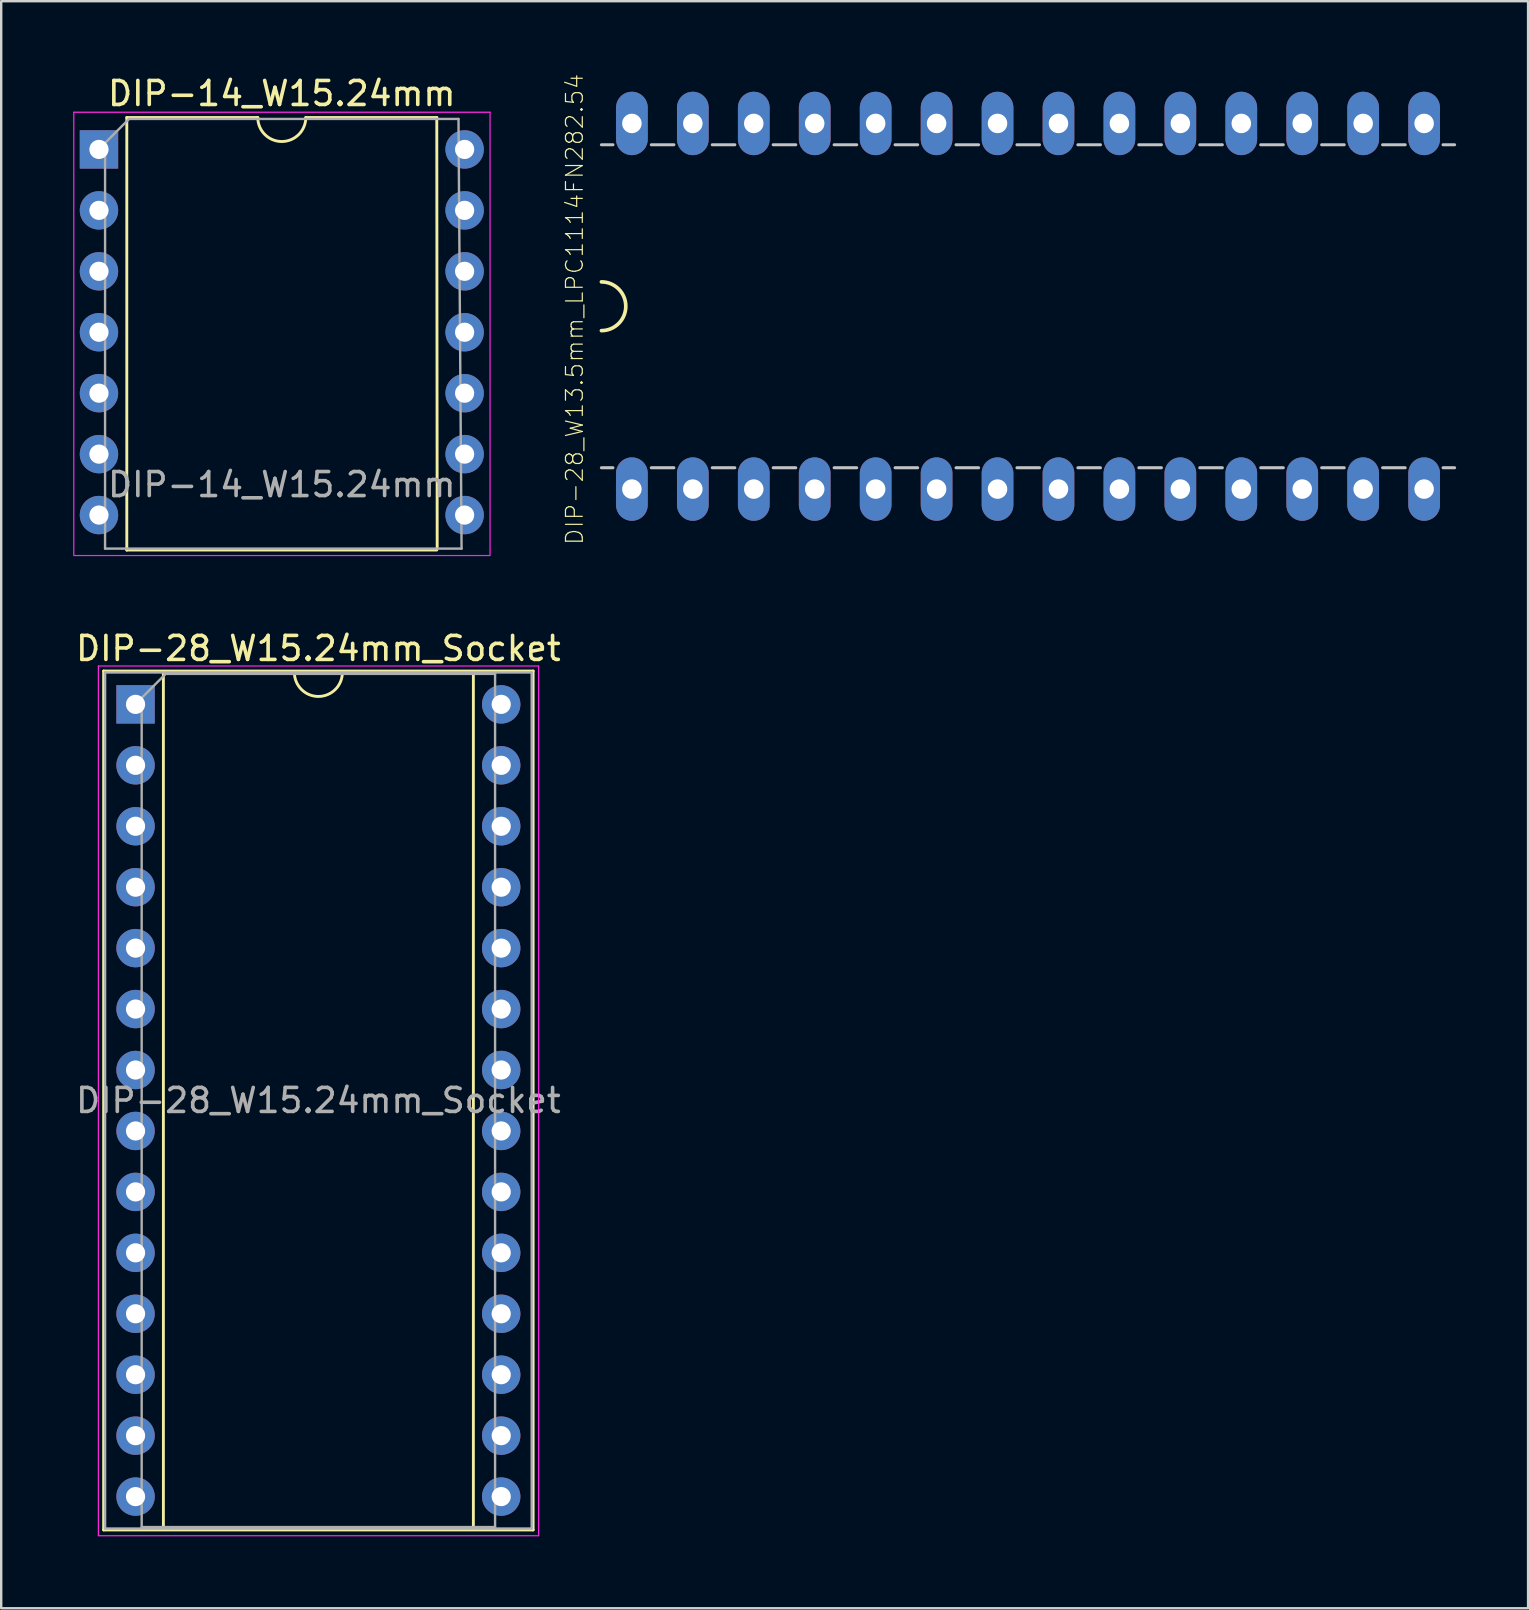
<source format=kicad_pcb>
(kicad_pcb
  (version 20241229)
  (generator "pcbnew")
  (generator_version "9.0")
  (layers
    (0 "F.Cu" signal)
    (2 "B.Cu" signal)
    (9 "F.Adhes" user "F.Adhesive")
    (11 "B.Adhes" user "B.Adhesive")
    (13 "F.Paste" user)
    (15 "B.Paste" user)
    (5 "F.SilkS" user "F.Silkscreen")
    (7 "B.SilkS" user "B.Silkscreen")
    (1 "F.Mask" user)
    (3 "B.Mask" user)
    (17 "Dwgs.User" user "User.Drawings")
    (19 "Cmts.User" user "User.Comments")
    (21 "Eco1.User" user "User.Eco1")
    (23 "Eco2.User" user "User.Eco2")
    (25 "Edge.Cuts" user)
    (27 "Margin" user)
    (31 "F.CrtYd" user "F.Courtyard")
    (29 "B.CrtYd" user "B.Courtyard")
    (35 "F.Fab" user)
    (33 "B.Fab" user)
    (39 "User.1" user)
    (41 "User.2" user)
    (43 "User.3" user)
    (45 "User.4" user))
  (footprint "DIP-28_W15.24mm_Socket"
    (layer "F.Cu")
    (at 2.6 26.308)
    (property "Reference" "DIP-28_W15.24mm_Socket" (at 7.62 -2.33 0) (layer "F.SilkS") (effects (font (size 1 1) (thickness 0.15))))
    (attr through_hole)
    (fp_line (start -1.33 -1.39) (end -1.33 34.41) (stroke (width 0.12) (type solid)) (layer "F.SilkS"))
    (fp_line (start -1.33 34.41) (end 16.57 34.41) (stroke (width 0.12) (type solid)) (layer "F.SilkS"))
    (fp_line (start 1.16 -1.33) (end 1.16 34.35) (stroke (width 0.12) (type solid)) (layer "F.SilkS"))
    (fp_line (start 1.16 34.35) (end 14.08 34.35) (stroke (width 0.12) (type solid)) (layer "F.SilkS"))
    (fp_line (start 6.62 -1.33) (end 1.16 -1.33) (stroke (width 0.12) (type solid)) (layer "F.SilkS"))
    (fp_line (start 14.08 -1.33) (end 8.62 -1.33) (stroke (width 0.12) (type solid)) (layer "F.SilkS"))
    (fp_line (start 14.08 34.35) (end 14.08 -1.33) (stroke (width 0.12) (type solid)) (layer "F.SilkS"))
    (fp_line (start 16.57 -1.39) (end -1.33 -1.39) (stroke (width 0.12) (type solid)) (layer "F.SilkS"))
    (fp_line (start 16.57 34.41) (end 16.57 -1.39) (stroke (width 0.12) (type solid)) (layer "F.SilkS"))
    (fp_arc (start 8.62 -1.33) (mid 7.62 -0.33) (end 6.62 -1.33) (stroke (width 0.12) (type solid)) (layer "F.SilkS"))
    (fp_line (start -1.55 -1.6) (end -1.55 34.65) (stroke (width 0.05) (type solid)) (layer "F.CrtYd"))
    (fp_line (start -1.55 34.65) (end 16.8 34.65) (stroke (width 0.05) (type solid)) (layer "F.CrtYd"))
    (fp_line (start 16.8 -1.6) (end -1.55 -1.6) (stroke (width 0.05) (type solid)) (layer "F.CrtYd"))
    (fp_line (start 16.8 34.65) (end 16.8 -1.6) (stroke (width 0.05) (type solid)) (layer "F.CrtYd"))
    (fp_line (start -1.27 -1.33) (end -1.27 34.35) (stroke (width 0.1) (type solid)) (layer "F.Fab"))
    (fp_line (start -1.27 34.35) (end 16.51 34.35) (stroke (width 0.1) (type solid)) (layer "F.Fab"))
    (fp_line (start 0.255 -0.27) (end 1.255 -1.27) (stroke (width 0.1) (type solid)) (layer "F.Fab"))
    (fp_line (start 0.255 34.29) (end 0.255 -0.27) (stroke (width 0.1) (type solid)) (layer "F.Fab"))
    (fp_line (start 1.255 -1.27) (end 14.985 -1.27) (stroke (width 0.1) (type solid)) (layer "F.Fab"))
    (fp_line (start 14.985 -1.27) (end 14.985 34.29) (stroke (width 0.1) (type solid)) (layer "F.Fab"))
    (fp_line (start 14.985 34.29) (end 0.255 34.29) (stroke (width 0.1) (type solid)) (layer "F.Fab"))
    (fp_line (start 16.51 -1.33) (end -1.27 -1.33) (stroke (width 0.1) (type solid)) (layer "F.Fab"))
    (fp_line (start 16.51 34.35) (end 16.51 -1.33) (stroke (width 0.1) (type solid)) (layer "F.Fab"))
    (fp_text user "${REFERENCE}" (at 7.62 16.51 0) (layer "F.Fab") (effects (font (size 1 1) (thickness 0.15))))
    (pad "1" thru_hole rect (at 0 0) (size 1.6 1.6) (drill 0.8) (layers "*.Cu" "*.Mask"))
    (pad "2" thru_hole oval (at 0 2.54) (size 1.6 1.6) (drill 0.8) (layers "*.Cu" "*.Mask"))
    (pad "3" thru_hole oval (at 0 5.08) (size 1.6 1.6) (drill 0.8) (layers "*.Cu" "*.Mask"))
    (pad "4" thru_hole oval (at 0 7.62) (size 1.6 1.6) (drill 0.8) (layers "*.Cu" "*.Mask"))
    (pad "5" thru_hole oval (at 0 10.16) (size 1.6 1.6) (drill 0.8) (layers "*.Cu" "*.Mask"))
    (pad "6" thru_hole oval (at 0 12.7) (size 1.6 1.6) (drill 0.8) (layers "*.Cu" "*.Mask"))
    (pad "7" thru_hole oval (at 0 15.24) (size 1.6 1.6) (drill 0.8) (layers "*.Cu" "*.Mask"))
    (pad "8" thru_hole oval (at 0 17.78) (size 1.6 1.6) (drill 0.8) (layers "*.Cu" "*.Mask"))
    (pad "9" thru_hole oval (at 0 20.32) (size 1.6 1.6) (drill 0.8) (layers "*.Cu" "*.Mask"))
    (pad "10" thru_hole oval (at 0 22.86) (size 1.6 1.6) (drill 0.8) (layers "*.Cu" "*.Mask"))
    (pad "11" thru_hole oval (at 0 25.4) (size 1.6 1.6) (drill 0.8) (layers "*.Cu" "*.Mask"))
    (pad "12" thru_hole oval (at 0 27.94) (size 1.6 1.6) (drill 0.8) (layers "*.Cu" "*.Mask"))
    (pad "13" thru_hole oval (at 0 30.48) (size 1.6 1.6) (drill 0.8) (layers "*.Cu" "*.Mask"))
    (pad "14" thru_hole oval (at 0 33.02) (size 1.6 1.6) (drill 0.8) (layers "*.Cu" "*.Mask"))
    (pad "15" thru_hole oval (at 15.24 33.02) (size 1.6 1.6) (drill 0.8) (layers "*.Cu" "*.Mask"))
    (pad "16" thru_hole oval (at 15.24 30.48) (size 1.6 1.6) (drill 0.8) (layers "*.Cu" "*.Mask"))
    (pad "17" thru_hole oval (at 15.24 27.94) (size 1.6 1.6) (drill 0.8) (layers "*.Cu" "*.Mask"))
    (pad "18" thru_hole oval (at 15.24 25.4) (size 1.6 1.6) (drill 0.8) (layers "*.Cu" "*.Mask"))
    (pad "19" thru_hole oval (at 15.24 22.86) (size 1.6 1.6) (drill 0.8) (layers "*.Cu" "*.Mask"))
    (pad "20" thru_hole oval (at 15.24 20.32) (size 1.6 1.6) (drill 0.8) (layers "*.Cu" "*.Mask"))
    (pad "21" thru_hole oval (at 15.24 17.78) (size 1.6 1.6) (drill 0.8) (layers "*.Cu" "*.Mask"))
    (pad "22" thru_hole oval (at 15.24 15.24) (size 1.6 1.6) (drill 0.8) (layers "*.Cu" "*.Mask"))
    (pad "23" thru_hole oval (at 15.24 12.7) (size 1.6 1.6) (drill 0.8) (layers "*.Cu" "*.Mask"))
    (pad "24" thru_hole oval (at 15.24 10.16) (size 1.6 1.6) (drill 0.8) (layers "*.Cu" "*.Mask"))
    (pad "25" thru_hole oval (at 15.24 7.62) (size 1.6 1.6) (drill 0.8) (layers "*.Cu" "*.Mask"))
    (pad "26" thru_hole oval (at 15.24 5.08) (size 1.6 1.6) (drill 0.8) (layers "*.Cu" "*.Mask"))
    (pad "27" thru_hole oval (at 15.24 2.54) (size 1.6 1.6) (drill 0.8) (layers "*.Cu" "*.Mask"))
    (pad "28" thru_hole oval (at 15.24 0) (size 1.6 1.6) (drill 0.8) (layers "*.Cu" "*.Mask")))
  (footprint "DIP-14_W15.24mm"
    (layer "F.Cu")
    (at 1.075 3.178)
    (property "Reference" "DIP-14_W15.24mm" (at 7.62 -2.33 0) (layer "F.SilkS") (effects (font (size 1 1) (thickness 0.15))))
    (attr through_hole)
    (fp_line (start 1.16 -1.33) (end 1.16 16.7) (stroke (width 0.12) (type solid)) (layer "F.SilkS"))
    (fp_line (start 1.16 16.697) (end 14.08 16.697) (stroke (width 0.12) (type solid)) (layer "F.SilkS"))
    (fp_line (start 6.62 -1.33) (end 1.16 -1.33) (stroke (width 0.12) (type solid)) (layer "F.SilkS"))
    (fp_line (start 14.08 -1.33) (end 8.62 -1.33) (stroke (width 0.12) (type solid)) (layer "F.SilkS"))
    (fp_line (start 14.097 16.637) (end 14.08 -1.33) (stroke (width 0.12) (type solid)) (layer "F.SilkS"))
    (fp_arc (start 8.62 -1.33) (mid 7.62 -0.33) (end 6.62 -1.33) (stroke (width 0.12) (type solid)) (layer "F.SilkS"))
    (fp_line (start -1.05 -1.55) (end -1.05 16.9) (stroke (width 0.05) (type solid)) (layer "F.CrtYd"))
    (fp_line (start -1.05 16.927) (end 16.3 16.927) (stroke (width 0.05) (type solid)) (layer "F.CrtYd"))
    (fp_line (start 16.3 -1.55) (end -1.05 -1.55) (stroke (width 0.05) (type solid)) (layer "F.CrtYd"))
    (fp_line (start 16.3 16.9) (end 16.3 -1.55) (stroke (width 0.05) (type solid)) (layer "F.CrtYd"))
    (fp_line (start 0.254 16.637) (end 0.255 -0.27) (stroke (width 0.1) (type solid)) (layer "F.Fab"))
    (fp_line (start 0.255 -0.27) (end 1.255 -1.27) (stroke (width 0.1) (type solid)) (layer "F.Fab"))
    (fp_line (start 1.255 -1.27) (end 14.985 -1.27) (stroke (width 0.1) (type solid)) (layer "F.Fab"))
    (fp_line (start 14.985 -1.27) (end 15.113 16.637) (stroke (width 0.1) (type solid)) (layer "F.Fab"))
    (fp_line (start 15.113 16.637) (end 0.255 16.637) (stroke (width 0.1) (type solid)) (layer "F.Fab"))
    (fp_text user "${REFERENCE}" (at 7.62 13.97 0) (layer "F.Fab") (effects (font (size 1 1) (thickness 0.15))))
    (pad "1" thru_hole rect (at 0 0) (size 1.6 1.6) (drill 0.8) (layers "*.Cu" "*.Mask"))
    (pad "2" thru_hole oval (at 0 2.54) (size 1.6 1.6) (drill 0.8) (layers "*.Cu" "*.Mask"))
    (pad "3" thru_hole oval (at 0 5.08) (size 1.6 1.6) (drill 0.8) (layers "*.Cu" "*.Mask"))
    (pad "4" thru_hole oval (at 0 7.62) (size 1.6 1.6) (drill 0.8) (layers "*.Cu" "*.Mask"))
    (pad "5" thru_hole oval (at 0 10.16) (size 1.6 1.6) (drill 0.8) (layers "*.Cu" "*.Mask"))
    (pad "6" thru_hole oval (at 0 12.7) (size 1.6 1.6) (drill 0.8) (layers "*.Cu" "*.Mask"))
    (pad "7" thru_hole oval (at 0 15.24) (size 1.6 1.6) (drill 0.8) (layers "*.Cu" "*.Mask"))
    (pad "8" thru_hole oval (at 15.24 15.24) (size 1.6 1.6) (drill 0.8) (layers "*.Cu" "*.Mask"))
    (pad "9" thru_hole oval (at 15.24 12.7) (size 1.6 1.6) (drill 0.8) (layers "*.Cu" "*.Mask"))
    (pad "10" thru_hole oval (at 15.24 10.16) (size 1.6 1.6) (drill 0.8) (layers "*.Cu" "*.Mask"))
    (pad "11" thru_hole oval (at 15.24 7.62) (size 1.6 1.6) (drill 0.8) (layers "*.Cu" "*.Mask"))
    (pad "12" thru_hole oval (at 15.24 5.08) (size 1.6 1.6) (drill 0.8) (layers "*.Cu" "*.Mask"))
    (pad "13" thru_hole oval (at 15.24 2.54) (size 1.6 1.6) (drill 0.8) (layers "*.Cu" "*.Mask"))
    (pad "14" thru_hole oval (at 15.24 0) (size 1.6 1.6) (drill 0.8) (layers "*.Cu" "*.Mask")))
  (footprint "DIP-28_W13.5mm_LPC1114FN282.54"
    (layer "F.Cu")
    (at 39.797 9.715)
    (property "Reference" "DIP-28_W13.5mm_LPC1114FN282.54" (at -18.899 0.127 90) (layer "F.SilkS") (effects (font (size 0.701 0.701) (thickness 0.05))))
    (attr through_hole)
    (fp_arc (start -17.78 -1.016) (mid -16.764 0) (end -17.78 1.016) (stroke (width 0.1524) (type solid)) (layer "F.SilkS"))
    (fp_line (start -17.78 -6.731) (end -17.3 -6.731) (stroke (width 0.127) (type solid)) (layer "Dwgs.User"))
    (fp_line (start -17.78 6.731) (end -17.3 6.731) (stroke (width 0.127) (type solid)) (layer "Dwgs.User"))
    (fp_line (start -15.7 -6.731) (end -14.76 -6.731) (stroke (width 0.127) (type solid)) (layer "Dwgs.User"))
    (fp_line (start -15.7 6.731) (end -14.76 6.731) (stroke (width 0.127) (type solid)) (layer "Dwgs.User"))
    (fp_line (start -13.16 -6.731) (end -12.22 -6.731) (stroke (width 0.127) (type solid)) (layer "Dwgs.User"))
    (fp_line (start -13.16 6.731) (end -12.22 6.731) (stroke (width 0.127) (type solid)) (layer "Dwgs.User"))
    (fp_line (start -10.62 -6.731) (end -9.68 -6.731) (stroke (width 0.127) (type solid)) (layer "Dwgs.User"))
    (fp_line (start -10.62 6.731) (end -9.68 6.731) (stroke (width 0.127) (type solid)) (layer "Dwgs.User"))
    (fp_line (start -8.08 -6.731) (end -7.14 -6.731) (stroke (width 0.127) (type solid)) (layer "Dwgs.User"))
    (fp_line (start -8.08 6.731) (end -7.14 6.731) (stroke (width 0.127) (type solid)) (layer "Dwgs.User"))
    (fp_line (start -5.54 -6.731) (end -4.6 -6.731) (stroke (width 0.127) (type solid)) (layer "Dwgs.User"))
    (fp_line (start -5.54 6.731) (end -4.6 6.731) (stroke (width 0.127) (type solid)) (layer "Dwgs.User"))
    (fp_line (start -3 -6.731) (end -2.06 -6.731) (stroke (width 0.127) (type solid)) (layer "Dwgs.User"))
    (fp_line (start -3 6.731) (end -2.06 6.731) (stroke (width 0.127) (type solid)) (layer "Dwgs.User"))
    (fp_line (start -0.46 -6.731) (end 0.48 -6.731) (stroke (width 0.127) (type solid)) (layer "Dwgs.User"))
    (fp_line (start -0.46 6.731) (end 0.48 6.731) (stroke (width 0.127) (type solid)) (layer "Dwgs.User"))
    (fp_line (start 2.08 -6.731) (end 3.02 -6.731) (stroke (width 0.127) (type solid)) (layer "Dwgs.User"))
    (fp_line (start 2.08 6.731) (end 3.02 6.731) (stroke (width 0.127) (type solid)) (layer "Dwgs.User"))
    (fp_line (start 4.62 -6.731) (end 5.56 -6.731) (stroke (width 0.127) (type solid)) (layer "Dwgs.User"))
    (fp_line (start 4.62 6.731) (end 5.56 6.731) (stroke (width 0.127) (type solid)) (layer "Dwgs.User"))
    (fp_line (start 7.16 -6.731) (end 8.1 -6.731) (stroke (width 0.127) (type solid)) (layer "Dwgs.User"))
    (fp_line (start 7.16 6.731) (end 8.1 6.731) (stroke (width 0.127) (type solid)) (layer "Dwgs.User"))
    (fp_line (start 9.7 -6.731) (end 10.64 -6.731) (stroke (width 0.127) (type solid)) (layer "Dwgs.User"))
    (fp_line (start 9.7 6.731) (end 10.64 6.731) (stroke (width 0.127) (type solid)) (layer "Dwgs.User"))
    (fp_line (start 12.24 -6.731) (end 13.18 -6.731) (stroke (width 0.127) (type solid)) (layer "Dwgs.User"))
    (fp_line (start 12.24 6.731) (end 13.18 6.731) (stroke (width 0.127) (type solid)) (layer "Dwgs.User"))
    (fp_line (start 14.78 -6.731) (end 15.72 -6.731) (stroke (width 0.127) (type solid)) (layer "Dwgs.User"))
    (fp_line (start 14.78 6.731) (end 15.72 6.731) (stroke (width 0.127) (type solid)) (layer "Dwgs.User"))
    (fp_line (start 17.3 -6.731) (end 17.78 -6.731) (stroke (width 0.127) (type solid)) (layer "Dwgs.User"))
    (fp_line (start 17.3 6.731) (end 17.78 6.731) (stroke (width 0.127) (type solid)) (layer "Dwgs.User"))
    (pad "1" thru_hole oval (at -16.51 7.62 90) (size 2.642 1.321) (drill 0.813) (layers "*.Cu" "*.Mask"))
    (pad "2" thru_hole oval (at -13.97 7.62 90) (size 2.642 1.321) (drill 0.813) (layers "*.Cu" "*.Mask"))
    (pad "3" thru_hole oval (at -11.43 7.62 90) (size 2.642 1.321) (drill 0.813) (layers "*.Cu" "*.Mask"))
    (pad "4" thru_hole oval (at -8.89 7.62 90) (size 2.642 1.321) (drill 0.813) (layers "*.Cu" "*.Mask"))
    (pad "5" thru_hole oval (at -6.35 7.62 90) (size 2.642 1.321) (drill 0.813) (layers "*.Cu" "*.Mask"))
    (pad "6" thru_hole oval (at -3.81 7.62 90) (size 2.642 1.321) (drill 0.813) (layers "*.Cu" "*.Mask"))
    (pad "7" thru_hole oval (at -1.27 7.62 90) (size 2.642 1.321) (drill 0.813) (layers "*.Cu" "*.Mask"))
    (pad "8" thru_hole oval (at 1.27 7.62 90) (size 2.642 1.321) (drill 0.813) (layers "*.Cu" "*.Mask"))
    (pad "9" thru_hole oval (at 3.81 7.62 90) (size 2.642 1.321) (drill 0.813) (layers "*.Cu" "*.Mask"))
    (pad "10" thru_hole oval (at 6.35 7.62 90) (size 2.642 1.321) (drill 0.813) (layers "*.Cu" "*.Mask"))
    (pad "11" thru_hole oval (at 8.89 7.62 90) (size 2.642 1.321) (drill 0.813) (layers "*.Cu" "*.Mask"))
    (pad "12" thru_hole oval (at 11.43 7.62 90) (size 2.642 1.321) (drill 0.813) (layers "*.Cu" "*.Mask"))
    (pad "13" thru_hole oval (at 13.97 7.62 90) (size 2.642 1.321) (drill 0.813) (layers "*.Cu" "*.Mask"))
    (pad "14" thru_hole oval (at 16.51 7.62 90) (size 2.642 1.321) (drill 0.813) (layers "*.Cu" "*.Mask"))
    (pad "15" thru_hole oval (at 16.51 -7.62 90) (size 2.642 1.321) (drill 0.813) (layers "*.Cu" "*.Mask"))
    (pad "16" thru_hole oval (at 13.97 -7.62 90) (size 2.642 1.321) (drill 0.813) (layers "*.Cu" "*.Mask"))
    (pad "17" thru_hole oval (at 11.43 -7.62 90) (size 2.642 1.321) (drill 0.813) (layers "*.Cu" "*.Mask"))
    (pad "18" thru_hole oval (at 8.89 -7.62 90) (size 2.642 1.321) (drill 0.813) (layers "*.Cu" "*.Mask"))
    (pad "19" thru_hole oval (at 6.35 -7.62 90) (size 2.642 1.321) (drill 0.813) (layers "*.Cu" "*.Mask"))
    (pad "20" thru_hole oval (at 3.81 -7.62 90) (size 2.642 1.321) (drill 0.813) (layers "*.Cu" "*.Mask"))
    (pad "21" thru_hole oval (at 1.27 -7.62 90) (size 2.642 1.321) (drill 0.813) (layers "*.Cu" "*.Mask"))
    (pad "22" thru_hole oval (at -1.27 -7.62 90) (size 2.642 1.321) (drill 0.813) (layers "*.Cu" "*.Mask"))
    (pad "23" thru_hole oval (at -3.81 -7.62 90) (size 2.642 1.321) (drill 0.813) (layers "*.Cu" "*.Mask"))
    (pad "24" thru_hole oval (at -6.35 -7.62 90) (size 2.642 1.321) (drill 0.813) (layers "*.Cu" "*.Mask"))
    (pad "25" thru_hole oval (at -8.89 -7.62 90) (size 2.642 1.321) (drill 0.813) (layers "*.Cu" "*.Mask"))
    (pad "26" thru_hole oval (at -11.43 -7.62 90) (size 2.642 1.321) (drill 0.813) (layers "*.Cu" "*.Mask"))
    (pad "27" thru_hole oval (at -13.97 -7.62 90) (size 2.642 1.321) (drill 0.813) (layers "*.Cu" "*.Mask"))
    (pad "28" thru_hole oval (at -16.51 -7.62 90) (size 2.642 1.321) (drill 0.813) (layers "*.Cu" "*.Mask")))
  (gr_rect
    (start -3 -3)
    (end 60.64 63.983)
    (stroke (width 0.1) (type default))
    (fill no)
    (layer "Edge.Cuts")))
</source>
